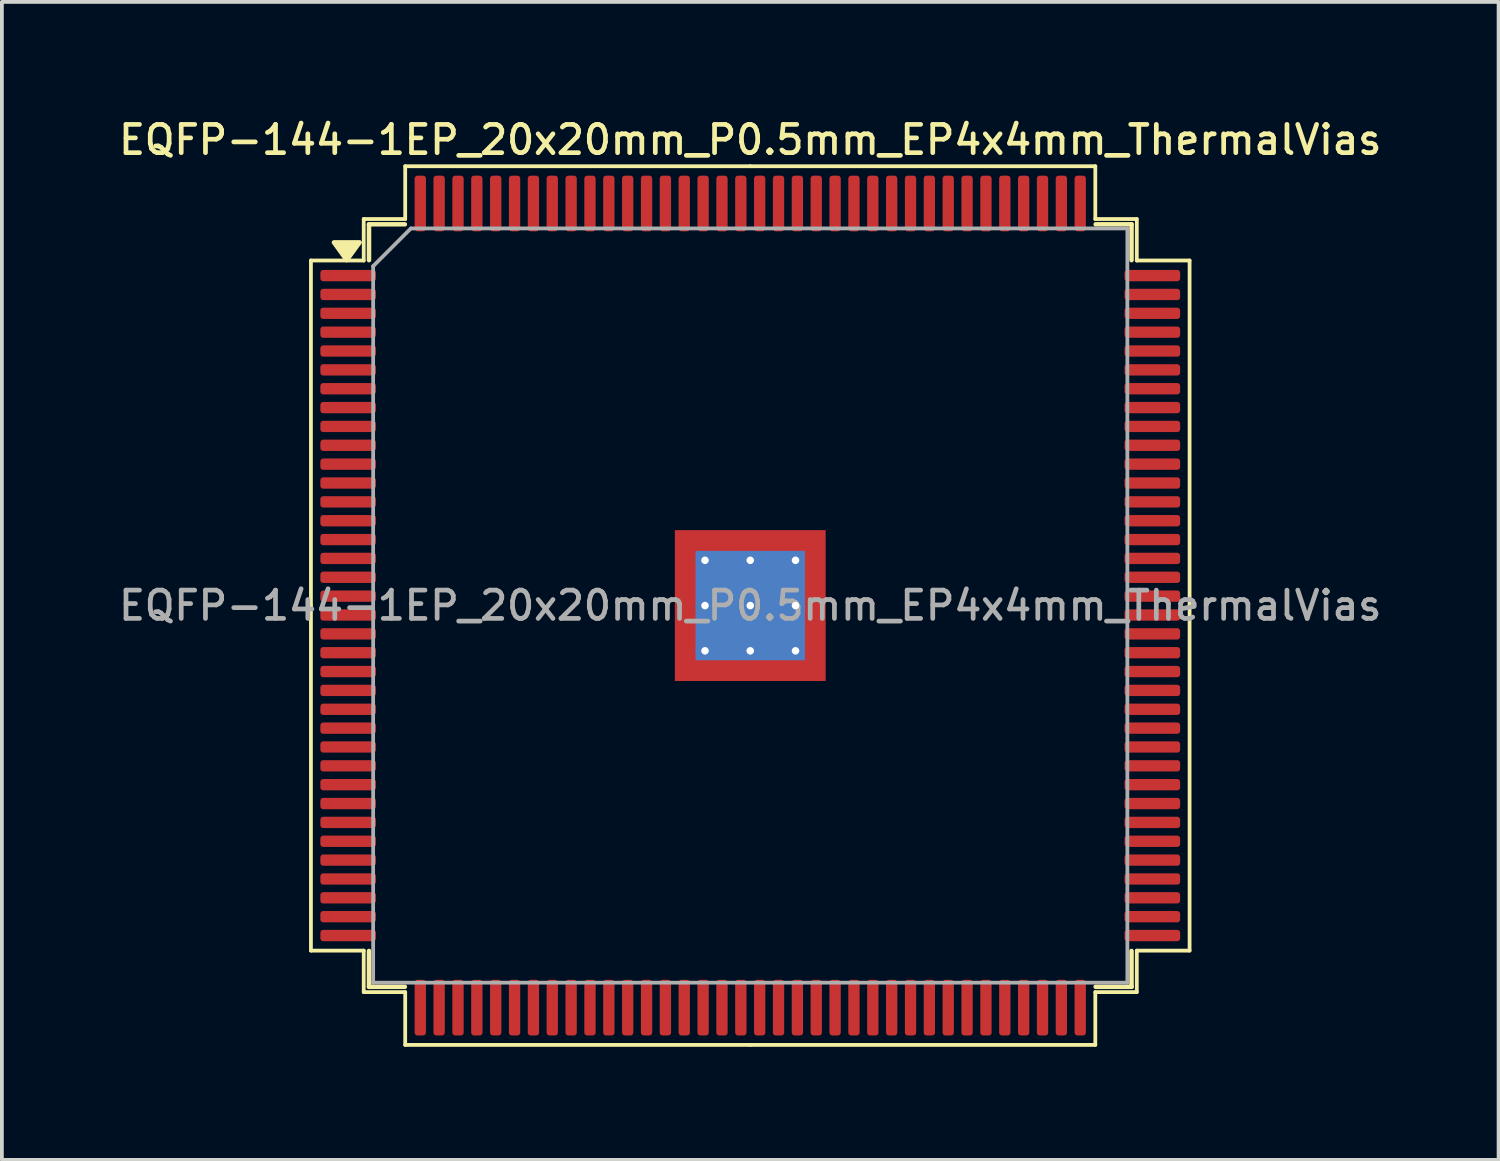
<source format=kicad_pcb>
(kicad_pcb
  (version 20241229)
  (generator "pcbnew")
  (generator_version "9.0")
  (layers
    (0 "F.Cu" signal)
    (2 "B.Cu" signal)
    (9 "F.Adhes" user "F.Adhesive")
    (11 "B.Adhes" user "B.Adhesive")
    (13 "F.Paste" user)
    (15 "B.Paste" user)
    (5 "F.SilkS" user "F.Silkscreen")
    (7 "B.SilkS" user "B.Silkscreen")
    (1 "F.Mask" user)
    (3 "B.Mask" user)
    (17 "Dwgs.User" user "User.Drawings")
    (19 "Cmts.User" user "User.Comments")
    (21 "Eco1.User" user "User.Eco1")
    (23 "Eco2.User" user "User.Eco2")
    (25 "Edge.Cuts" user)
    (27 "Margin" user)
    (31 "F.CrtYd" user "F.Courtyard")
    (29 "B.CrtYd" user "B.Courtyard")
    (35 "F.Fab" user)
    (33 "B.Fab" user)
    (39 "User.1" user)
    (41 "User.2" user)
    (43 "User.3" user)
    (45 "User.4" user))
  (footprint "EQFP-144-1EP_20x20mm_P0.5mm_EP4x4mm_ThermalVias"
    (layer "F.Cu")
    (at 16.845 13.008)
    (property "Reference" "EQFP-144-1EP_20x20mm_P0.5mm_EP4x4mm_ThermalVias" (at 0 -12.35 0) (layer "F.SilkS") (effects (font (size 0.75 0.75) (thickness 0.125))))
    (attr smd)
    (fp_line (start -11.65 -9.15) (end -11.65 0) (stroke (width 0.1) (type solid)) (layer "F.SilkS"))
    (fp_line (start -11.65 9.15) (end -11.65 0) (stroke (width 0.1) (type solid)) (layer "F.SilkS"))
    (fp_line (start -10.25 -10.25) (end -10.25 -9.15) (stroke (width 0.1) (type solid)) (layer "F.SilkS"))
    (fp_line (start -10.25 -9.15) (end -11.65 -9.15) (stroke (width 0.1) (type solid)) (layer "F.SilkS"))
    (fp_line (start -10.25 9.15) (end -11.65 9.15) (stroke (width 0.1) (type solid)) (layer "F.SilkS"))
    (fp_line (start -10.25 10.25) (end -10.25 9.15) (stroke (width 0.1) (type solid)) (layer "F.SilkS"))
    (fp_line (start -10.11 -10.11) (end -10.11 -9.16) (stroke (width 0.12) (type solid)) (layer "F.SilkS"))
    (fp_line (start -10.11 10.11) (end -10.11 9.16) (stroke (width 0.12) (type solid)) (layer "F.SilkS"))
    (fp_line (start -9.16 -10.11) (end -10.11 -10.11) (stroke (width 0.12) (type solid)) (layer "F.SilkS"))
    (fp_line (start -9.16 10.11) (end -10.11 10.11) (stroke (width 0.12) (type solid)) (layer "F.SilkS"))
    (fp_line (start -9.15 -11.65) (end -9.15 -10.25) (stroke (width 0.1) (type solid)) (layer "F.SilkS"))
    (fp_line (start -9.15 -10.25) (end -10.25 -10.25) (stroke (width 0.1) (type solid)) (layer "F.SilkS"))
    (fp_line (start -9.15 10.25) (end -10.25 10.25) (stroke (width 0.1) (type solid)) (layer "F.SilkS"))
    (fp_line (start -9.15 11.65) (end -9.15 10.25) (stroke (width 0.1) (type solid)) (layer "F.SilkS"))
    (fp_line (start 0 -11.65) (end -9.15 -11.65) (stroke (width 0.1) (type solid)) (layer "F.SilkS"))
    (fp_line (start 0 -11.65) (end 9.15 -11.65) (stroke (width 0.1) (type solid)) (layer "F.SilkS"))
    (fp_line (start 0 11.65) (end -9.15 11.65) (stroke (width 0.1) (type solid)) (layer "F.SilkS"))
    (fp_line (start 0 11.65) (end 9.15 11.65) (stroke (width 0.1) (type solid)) (layer "F.SilkS"))
    (fp_line (start 9.15 -11.65) (end 9.15 -10.25) (stroke (width 0.1) (type solid)) (layer "F.SilkS"))
    (fp_line (start 9.15 -10.25) (end 10.25 -10.25) (stroke (width 0.1) (type solid)) (layer "F.SilkS"))
    (fp_line (start 9.15 10.25) (end 10.25 10.25) (stroke (width 0.1) (type solid)) (layer "F.SilkS"))
    (fp_line (start 9.15 11.65) (end 9.15 10.25) (stroke (width 0.1) (type solid)) (layer "F.SilkS"))
    (fp_line (start 9.16 -10.11) (end 10.11 -10.11) (stroke (width 0.12) (type solid)) (layer "F.SilkS"))
    (fp_line (start 9.16 10.11) (end 10.11 10.11) (stroke (width 0.12) (type solid)) (layer "F.SilkS"))
    (fp_line (start 10.11 -10.11) (end 10.11 -9.16) (stroke (width 0.12) (type solid)) (layer "F.SilkS"))
    (fp_line (start 10.11 10.11) (end 10.11 9.16) (stroke (width 0.12) (type solid)) (layer "F.SilkS"))
    (fp_line (start 10.25 -10.25) (end 10.25 -9.15) (stroke (width 0.1) (type solid)) (layer "F.SilkS"))
    (fp_line (start 10.25 -9.15) (end 11.65 -9.15) (stroke (width 0.1) (type solid)) (layer "F.SilkS"))
    (fp_line (start 10.25 9.15) (end 11.65 9.15) (stroke (width 0.1) (type solid)) (layer "F.SilkS"))
    (fp_line (start 10.25 10.25) (end 10.25 9.15) (stroke (width 0.1) (type solid)) (layer "F.SilkS"))
    (fp_line (start 11.65 -9.15) (end 11.65 0) (stroke (width 0.1) (type solid)) (layer "F.SilkS"))
    (fp_line (start 11.65 9.15) (end 11.65 0) (stroke (width 0.1) (type solid)) (layer "F.SilkS"))
    (fp_poly (pts (xy -10.7 -9.16) (xy -11.04 -9.63) (xy -10.36 -9.63) (xy -10.7 -9.16)) (stroke (width 0.12) (type solid)) (fill yes) (layer "F.SilkS"))
    (fp_line (start -10 -9) (end -9 -10) (stroke (width 0.1) (type solid)) (layer "F.Fab"))
    (fp_line (start -10 10) (end -10 -9) (stroke (width 0.1) (type solid)) (layer "F.Fab"))
    (fp_line (start -9 -10) (end 10 -10) (stroke (width 0.1) (type solid)) (layer "F.Fab"))
    (fp_line (start 10 -10) (end 10 10) (stroke (width 0.1) (type solid)) (layer "F.Fab"))
    (fp_line (start 10 10) (end -10 10) (stroke (width 0.1) (type solid)) (layer "F.Fab"))
    (fp_text user "${REFERENCE}" (at 0 0 0) (layer "F.Fab") (effects (font (size 0.75 0.75) (thickness 0.125))))
    (pad "" smd custom (at -1.6 -1.6) (size 0.555 0.555) (layers "F.Paste") (options (anchor circle)) (primitives (gr_poly (pts (xy -0.232 -0.232) (xy 0.232 -0.232) (xy 0.232 0.157) (xy 0.157 0.232) (xy -0.232 0.232)) (width 0.181) (fill yes))))
    (pad "" smd roundrect (at -1.6 -0.6) (size 0.645 0.967) (layers "F.Paste") (roundrect_rratio 0.25))
    (pad "" smd roundrect (at -1.6 0.6) (size 0.645 0.967) (layers "F.Paste") (roundrect_rratio 0.25))
    (pad "" smd custom (at -1.6 1.6) (size 0.555 0.555) (layers "F.Paste") (options (anchor circle)) (primitives (gr_poly (pts (xy -0.232 -0.232) (xy 0.157 -0.232) (xy 0.232 -0.157) (xy 0.232 0.232) (xy -0.232 0.232)) (width 0.181) (fill yes))))
    (pad "" smd roundrect (at -0.6 -1.6) (size 0.967 0.645) (layers "F.Paste") (roundrect_rratio 0.25))
    (pad "" smd roundrect (at -0.6 -0.6) (size 0.967 0.967) (layers "F.Paste") (roundrect_rratio 0.25))
    (pad "" smd roundrect (at -0.6 0.6) (size 0.967 0.967) (layers "F.Paste") (roundrect_rratio 0.25))
    (pad "" smd roundrect (at -0.6 1.6) (size 0.967 0.645) (layers "F.Paste") (roundrect_rratio 0.25))
    (pad "" smd roundrect (at 0.6 -1.6) (size 0.967 0.645) (layers "F.Paste") (roundrect_rratio 0.25))
    (pad "" smd roundrect (at 0.6 -0.6) (size 0.967 0.967) (layers "F.Paste") (roundrect_rratio 0.25))
    (pad "" smd roundrect (at 0.6 0.6) (size 0.967 0.967) (layers "F.Paste") (roundrect_rratio 0.25))
    (pad "" smd roundrect (at 0.6 1.6) (size 0.967 0.645) (layers "F.Paste") (roundrect_rratio 0.25))
    (pad "" smd custom (at 1.6 -1.6) (size 0.555 0.555) (layers "F.Paste") (options (anchor circle)) (primitives (gr_poly (pts (xy -0.232 -0.232) (xy 0.232 -0.232) (xy 0.232 0.232) (xy -0.157 0.232) (xy -0.232 0.157)) (width 0.181) (fill yes))))
    (pad "" smd roundrect (at 1.6 -0.6) (size 0.645 0.967) (layers "F.Paste") (roundrect_rratio 0.25))
    (pad "" smd roundrect (at 1.6 0.6) (size 0.645 0.967) (layers "F.Paste") (roundrect_rratio 0.25))
    (pad "" smd custom (at 1.6 1.6) (size 0.555 0.555) (layers "F.Paste") (options (anchor circle)) (primitives (gr_poly (pts (xy -0.232 -0.157) (xy -0.157 -0.232) (xy 0.232 -0.232) (xy 0.232 0.232) (xy -0.232 0.232)) (width 0.181) (fill yes))))
    (pad "1" smd roundrect (at -10.662 -8.75) (size 1.475 0.3) (layers "F.Cu" "F.Mask" "F.Paste") (roundrect_rratio 0.25))
    (pad "2" smd roundrect (at -10.662 -8.25) (size 1.475 0.3) (layers "F.Cu" "F.Mask" "F.Paste") (roundrect_rratio 0.25))
    (pad "3" smd roundrect (at -10.662 -7.75) (size 1.475 0.3) (layers "F.Cu" "F.Mask" "F.Paste") (roundrect_rratio 0.25))
    (pad "4" smd roundrect (at -10.662 -7.25) (size 1.475 0.3) (layers "F.Cu" "F.Mask" "F.Paste") (roundrect_rratio 0.25))
    (pad "5" smd roundrect (at -10.662 -6.75) (size 1.475 0.3) (layers "F.Cu" "F.Mask" "F.Paste") (roundrect_rratio 0.25))
    (pad "6" smd roundrect (at -10.662 -6.25) (size 1.475 0.3) (layers "F.Cu" "F.Mask" "F.Paste") (roundrect_rratio 0.25))
    (pad "7" smd roundrect (at -10.662 -5.75) (size 1.475 0.3) (layers "F.Cu" "F.Mask" "F.Paste") (roundrect_rratio 0.25))
    (pad "8" smd roundrect (at -10.662 -5.25) (size 1.475 0.3) (layers "F.Cu" "F.Mask" "F.Paste") (roundrect_rratio 0.25))
    (pad "9" smd roundrect (at -10.662 -4.75) (size 1.475 0.3) (layers "F.Cu" "F.Mask" "F.Paste") (roundrect_rratio 0.25))
    (pad "10" smd roundrect (at -10.662 -4.25) (size 1.475 0.3) (layers "F.Cu" "F.Mask" "F.Paste") (roundrect_rratio 0.25))
    (pad "11" smd roundrect (at -10.662 -3.75) (size 1.475 0.3) (layers "F.Cu" "F.Mask" "F.Paste") (roundrect_rratio 0.25))
    (pad "12" smd roundrect (at -10.662 -3.25) (size 1.475 0.3) (layers "F.Cu" "F.Mask" "F.Paste") (roundrect_rratio 0.25))
    (pad "13" smd roundrect (at -10.662 -2.75) (size 1.475 0.3) (layers "F.Cu" "F.Mask" "F.Paste") (roundrect_rratio 0.25))
    (pad "14" smd roundrect (at -10.662 -2.25) (size 1.475 0.3) (layers "F.Cu" "F.Mask" "F.Paste") (roundrect_rratio 0.25))
    (pad "15" smd roundrect (at -10.662 -1.75) (size 1.475 0.3) (layers "F.Cu" "F.Mask" "F.Paste") (roundrect_rratio 0.25))
    (pad "16" smd roundrect (at -10.662 -1.25) (size 1.475 0.3) (layers "F.Cu" "F.Mask" "F.Paste") (roundrect_rratio 0.25))
    (pad "17" smd roundrect (at -10.662 -0.75) (size 1.475 0.3) (layers "F.Cu" "F.Mask" "F.Paste") (roundrect_rratio 0.25))
    (pad "18" smd roundrect (at -10.662 -0.25) (size 1.475 0.3) (layers "F.Cu" "F.Mask" "F.Paste") (roundrect_rratio 0.25))
    (pad "19" smd roundrect (at -10.662 0.25) (size 1.475 0.3) (layers "F.Cu" "F.Mask" "F.Paste") (roundrect_rratio 0.25))
    (pad "20" smd roundrect (at -10.662 0.75) (size 1.475 0.3) (layers "F.Cu" "F.Mask" "F.Paste") (roundrect_rratio 0.25))
    (pad "21" smd roundrect (at -10.662 1.25) (size 1.475 0.3) (layers "F.Cu" "F.Mask" "F.Paste") (roundrect_rratio 0.25))
    (pad "22" smd roundrect (at -10.662 1.75) (size 1.475 0.3) (layers "F.Cu" "F.Mask" "F.Paste") (roundrect_rratio 0.25))
    (pad "23" smd roundrect (at -10.662 2.25) (size 1.475 0.3) (layers "F.Cu" "F.Mask" "F.Paste") (roundrect_rratio 0.25))
    (pad "24" smd roundrect (at -10.662 2.75) (size 1.475 0.3) (layers "F.Cu" "F.Mask" "F.Paste") (roundrect_rratio 0.25))
    (pad "25" smd roundrect (at -10.662 3.25) (size 1.475 0.3) (layers "F.Cu" "F.Mask" "F.Paste") (roundrect_rratio 0.25))
    (pad "26" smd roundrect (at -10.662 3.75) (size 1.475 0.3) (layers "F.Cu" "F.Mask" "F.Paste") (roundrect_rratio 0.25))
    (pad "27" smd roundrect (at -10.662 4.25) (size 1.475 0.3) (layers "F.Cu" "F.Mask" "F.Paste") (roundrect_rratio 0.25))
    (pad "28" smd roundrect (at -10.662 4.75) (size 1.475 0.3) (layers "F.Cu" "F.Mask" "F.Paste") (roundrect_rratio 0.25))
    (pad "29" smd roundrect (at -10.662 5.25) (size 1.475 0.3) (layers "F.Cu" "F.Mask" "F.Paste") (roundrect_rratio 0.25))
    (pad "30" smd roundrect (at -10.662 5.75) (size 1.475 0.3) (layers "F.Cu" "F.Mask" "F.Paste") (roundrect_rratio 0.25))
    (pad "31" smd roundrect (at -10.662 6.25) (size 1.475 0.3) (layers "F.Cu" "F.Mask" "F.Paste") (roundrect_rratio 0.25))
    (pad "32" smd roundrect (at -10.662 6.75) (size 1.475 0.3) (layers "F.Cu" "F.Mask" "F.Paste") (roundrect_rratio 0.25))
    (pad "33" smd roundrect (at -10.662 7.25) (size 1.475 0.3) (layers "F.Cu" "F.Mask" "F.Paste") (roundrect_rratio 0.25))
    (pad "34" smd roundrect (at -10.662 7.75) (size 1.475 0.3) (layers "F.Cu" "F.Mask" "F.Paste") (roundrect_rratio 0.25))
    (pad "35" smd roundrect (at -10.662 8.25) (size 1.475 0.3) (layers "F.Cu" "F.Mask" "F.Paste") (roundrect_rratio 0.25))
    (pad "36" smd roundrect (at -10.662 8.75) (size 1.475 0.3) (layers "F.Cu" "F.Mask" "F.Paste") (roundrect_rratio 0.25))
    (pad "37" smd roundrect (at -8.75 10.662) (size 0.3 1.475) (layers "F.Cu" "F.Mask" "F.Paste") (roundrect_rratio 0.25))
    (pad "38" smd roundrect (at -8.25 10.662) (size 0.3 1.475) (layers "F.Cu" "F.Mask" "F.Paste") (roundrect_rratio 0.25))
    (pad "39" smd roundrect (at -7.75 10.662) (size 0.3 1.475) (layers "F.Cu" "F.Mask" "F.Paste") (roundrect_rratio 0.25))
    (pad "40" smd roundrect (at -7.25 10.662) (size 0.3 1.475) (layers "F.Cu" "F.Mask" "F.Paste") (roundrect_rratio 0.25))
    (pad "41" smd roundrect (at -6.75 10.662) (size 0.3 1.475) (layers "F.Cu" "F.Mask" "F.Paste") (roundrect_rratio 0.25))
    (pad "42" smd roundrect (at -6.25 10.662) (size 0.3 1.475) (layers "F.Cu" "F.Mask" "F.Paste") (roundrect_rratio 0.25))
    (pad "43" smd roundrect (at -5.75 10.662) (size 0.3 1.475) (layers "F.Cu" "F.Mask" "F.Paste") (roundrect_rratio 0.25))
    (pad "44" smd roundrect (at -5.25 10.662) (size 0.3 1.475) (layers "F.Cu" "F.Mask" "F.Paste") (roundrect_rratio 0.25))
    (pad "45" smd roundrect (at -4.75 10.662) (size 0.3 1.475) (layers "F.Cu" "F.Mask" "F.Paste") (roundrect_rratio 0.25))
    (pad "46" smd roundrect (at -4.25 10.662) (size 0.3 1.475) (layers "F.Cu" "F.Mask" "F.Paste") (roundrect_rratio 0.25))
    (pad "47" smd roundrect (at -3.75 10.662) (size 0.3 1.475) (layers "F.Cu" "F.Mask" "F.Paste") (roundrect_rratio 0.25))
    (pad "48" smd roundrect (at -3.25 10.662) (size 0.3 1.475) (layers "F.Cu" "F.Mask" "F.Paste") (roundrect_rratio 0.25))
    (pad "49" smd roundrect (at -2.75 10.662) (size 0.3 1.475) (layers "F.Cu" "F.Mask" "F.Paste") (roundrect_rratio 0.25))
    (pad "50" smd roundrect (at -2.25 10.662) (size 0.3 1.475) (layers "F.Cu" "F.Mask" "F.Paste") (roundrect_rratio 0.25))
    (pad "51" smd roundrect (at -1.75 10.662) (size 0.3 1.475) (layers "F.Cu" "F.Mask" "F.Paste") (roundrect_rratio 0.25))
    (pad "52" smd roundrect (at -1.25 10.662) (size 0.3 1.475) (layers "F.Cu" "F.Mask" "F.Paste") (roundrect_rratio 0.25))
    (pad "53" smd roundrect (at -0.75 10.662) (size 0.3 1.475) (layers "F.Cu" "F.Mask" "F.Paste") (roundrect_rratio 0.25))
    (pad "54" smd roundrect (at -0.25 10.662) (size 0.3 1.475) (layers "F.Cu" "F.Mask" "F.Paste") (roundrect_rratio 0.25))
    (pad "55" smd roundrect (at 0.25 10.662) (size 0.3 1.475) (layers "F.Cu" "F.Mask" "F.Paste") (roundrect_rratio 0.25))
    (pad "56" smd roundrect (at 0.75 10.662) (size 0.3 1.475) (layers "F.Cu" "F.Mask" "F.Paste") (roundrect_rratio 0.25))
    (pad "57" smd roundrect (at 1.25 10.662) (size 0.3 1.475) (layers "F.Cu" "F.Mask" "F.Paste") (roundrect_rratio 0.25))
    (pad "58" smd roundrect (at 1.75 10.662) (size 0.3 1.475) (layers "F.Cu" "F.Mask" "F.Paste") (roundrect_rratio 0.25))
    (pad "59" smd roundrect (at 2.25 10.662) (size 0.3 1.475) (layers "F.Cu" "F.Mask" "F.Paste") (roundrect_rratio 0.25))
    (pad "60" smd roundrect (at 2.75 10.662) (size 0.3 1.475) (layers "F.Cu" "F.Mask" "F.Paste") (roundrect_rratio 0.25))
    (pad "61" smd roundrect (at 3.25 10.662) (size 0.3 1.475) (layers "F.Cu" "F.Mask" "F.Paste") (roundrect_rratio 0.25))
    (pad "62" smd roundrect (at 3.75 10.662) (size 0.3 1.475) (layers "F.Cu" "F.Mask" "F.Paste") (roundrect_rratio 0.25))
    (pad "63" smd roundrect (at 4.25 10.662) (size 0.3 1.475) (layers "F.Cu" "F.Mask" "F.Paste") (roundrect_rratio 0.25))
    (pad "64" smd roundrect (at 4.75 10.662) (size 0.3 1.475) (layers "F.Cu" "F.Mask" "F.Paste") (roundrect_rratio 0.25))
    (pad "65" smd roundrect (at 5.25 10.662) (size 0.3 1.475) (layers "F.Cu" "F.Mask" "F.Paste") (roundrect_rratio 0.25))
    (pad "66" smd roundrect (at 5.75 10.662) (size 0.3 1.475) (layers "F.Cu" "F.Mask" "F.Paste") (roundrect_rratio 0.25))
    (pad "67" smd roundrect (at 6.25 10.662) (size 0.3 1.475) (layers "F.Cu" "F.Mask" "F.Paste") (roundrect_rratio 0.25))
    (pad "68" smd roundrect (at 6.75 10.662) (size 0.3 1.475) (layers "F.Cu" "F.Mask" "F.Paste") (roundrect_rratio 0.25))
    (pad "69" smd roundrect (at 7.25 10.662) (size 0.3 1.475) (layers "F.Cu" "F.Mask" "F.Paste") (roundrect_rratio 0.25))
    (pad "70" smd roundrect (at 7.75 10.662) (size 0.3 1.475) (layers "F.Cu" "F.Mask" "F.Paste") (roundrect_rratio 0.25))
    (pad "71" smd roundrect (at 8.25 10.662) (size 0.3 1.475) (layers "F.Cu" "F.Mask" "F.Paste") (roundrect_rratio 0.25))
    (pad "72" smd roundrect (at 8.75 10.662) (size 0.3 1.475) (layers "F.Cu" "F.Mask" "F.Paste") (roundrect_rratio 0.25))
    (pad "73" smd roundrect (at 10.662 8.75) (size 1.475 0.3) (layers "F.Cu" "F.Mask" "F.Paste") (roundrect_rratio 0.25))
    (pad "74" smd roundrect (at 10.662 8.25) (size 1.475 0.3) (layers "F.Cu" "F.Mask" "F.Paste") (roundrect_rratio 0.25))
    (pad "75" smd roundrect (at 10.662 7.75) (size 1.475 0.3) (layers "F.Cu" "F.Mask" "F.Paste") (roundrect_rratio 0.25))
    (pad "76" smd roundrect (at 10.662 7.25) (size 1.475 0.3) (layers "F.Cu" "F.Mask" "F.Paste") (roundrect_rratio 0.25))
    (pad "77" smd roundrect (at 10.662 6.75) (size 1.475 0.3) (layers "F.Cu" "F.Mask" "F.Paste") (roundrect_rratio 0.25))
    (pad "78" smd roundrect (at 10.662 6.25) (size 1.475 0.3) (layers "F.Cu" "F.Mask" "F.Paste") (roundrect_rratio 0.25))
    (pad "79" smd roundrect (at 10.662 5.75) (size 1.475 0.3) (layers "F.Cu" "F.Mask" "F.Paste") (roundrect_rratio 0.25))
    (pad "80" smd roundrect (at 10.662 5.25) (size 1.475 0.3) (layers "F.Cu" "F.Mask" "F.Paste") (roundrect_rratio 0.25))
    (pad "81" smd roundrect (at 10.662 4.75) (size 1.475 0.3) (layers "F.Cu" "F.Mask" "F.Paste") (roundrect_rratio 0.25))
    (pad "82" smd roundrect (at 10.662 4.25) (size 1.475 0.3) (layers "F.Cu" "F.Mask" "F.Paste") (roundrect_rratio 0.25))
    (pad "83" smd roundrect (at 10.662 3.75) (size 1.475 0.3) (layers "F.Cu" "F.Mask" "F.Paste") (roundrect_rratio 0.25))
    (pad "84" smd roundrect (at 10.662 3.25) (size 1.475 0.3) (layers "F.Cu" "F.Mask" "F.Paste") (roundrect_rratio 0.25))
    (pad "85" smd roundrect (at 10.662 2.75) (size 1.475 0.3) (layers "F.Cu" "F.Mask" "F.Paste") (roundrect_rratio 0.25))
    (pad "86" smd roundrect (at 10.662 2.25) (size 1.475 0.3) (layers "F.Cu" "F.Mask" "F.Paste") (roundrect_rratio 0.25))
    (pad "87" smd roundrect (at 10.662 1.75) (size 1.475 0.3) (layers "F.Cu" "F.Mask" "F.Paste") (roundrect_rratio 0.25))
    (pad "88" smd roundrect (at 10.662 1.25) (size 1.475 0.3) (layers "F.Cu" "F.Mask" "F.Paste") (roundrect_rratio 0.25))
    (pad "89" smd roundrect (at 10.662 0.75) (size 1.475 0.3) (layers "F.Cu" "F.Mask" "F.Paste") (roundrect_rratio 0.25))
    (pad "90" smd roundrect (at 10.662 0.25) (size 1.475 0.3) (layers "F.Cu" "F.Mask" "F.Paste") (roundrect_rratio 0.25))
    (pad "91" smd roundrect (at 10.662 -0.25) (size 1.475 0.3) (layers "F.Cu" "F.Mask" "F.Paste") (roundrect_rratio 0.25))
    (pad "92" smd roundrect (at 10.662 -0.75) (size 1.475 0.3) (layers "F.Cu" "F.Mask" "F.Paste") (roundrect_rratio 0.25))
    (pad "93" smd roundrect (at 10.662 -1.25) (size 1.475 0.3) (layers "F.Cu" "F.Mask" "F.Paste") (roundrect_rratio 0.25))
    (pad "94" smd roundrect (at 10.662 -1.75) (size 1.475 0.3) (layers "F.Cu" "F.Mask" "F.Paste") (roundrect_rratio 0.25))
    (pad "95" smd roundrect (at 10.662 -2.25) (size 1.475 0.3) (layers "F.Cu" "F.Mask" "F.Paste") (roundrect_rratio 0.25))
    (pad "96" smd roundrect (at 10.662 -2.75) (size 1.475 0.3) (layers "F.Cu" "F.Mask" "F.Paste") (roundrect_rratio 0.25))
    (pad "97" smd roundrect (at 10.662 -3.25) (size 1.475 0.3) (layers "F.Cu" "F.Mask" "F.Paste") (roundrect_rratio 0.25))
    (pad "98" smd roundrect (at 10.662 -3.75) (size 1.475 0.3) (layers "F.Cu" "F.Mask" "F.Paste") (roundrect_rratio 0.25))
    (pad "99" smd roundrect (at 10.662 -4.25) (size 1.475 0.3) (layers "F.Cu" "F.Mask" "F.Paste") (roundrect_rratio 0.25))
    (pad "100" smd roundrect (at 10.662 -4.75) (size 1.475 0.3) (layers "F.Cu" "F.Mask" "F.Paste") (roundrect_rratio 0.25))
    (pad "101" smd roundrect (at 10.662 -5.25) (size 1.475 0.3) (layers "F.Cu" "F.Mask" "F.Paste") (roundrect_rratio 0.25))
    (pad "102" smd roundrect (at 10.662 -5.75) (size 1.475 0.3) (layers "F.Cu" "F.Mask" "F.Paste") (roundrect_rratio 0.25))
    (pad "103" smd roundrect (at 10.662 -6.25) (size 1.475 0.3) (layers "F.Cu" "F.Mask" "F.Paste") (roundrect_rratio 0.25))
    (pad "104" smd roundrect (at 10.662 -6.75) (size 1.475 0.3) (layers "F.Cu" "F.Mask" "F.Paste") (roundrect_rratio 0.25))
    (pad "105" smd roundrect (at 10.662 -7.25) (size 1.475 0.3) (layers "F.Cu" "F.Mask" "F.Paste") (roundrect_rratio 0.25))
    (pad "106" smd roundrect (at 10.662 -7.75) (size 1.475 0.3) (layers "F.Cu" "F.Mask" "F.Paste") (roundrect_rratio 0.25))
    (pad "107" smd roundrect (at 10.662 -8.25) (size 1.475 0.3) (layers "F.Cu" "F.Mask" "F.Paste") (roundrect_rratio 0.25))
    (pad "108" smd roundrect (at 10.662 -8.75) (size 1.475 0.3) (layers "F.Cu" "F.Mask" "F.Paste") (roundrect_rratio 0.25))
    (pad "109" smd roundrect (at 8.75 -10.662) (size 0.3 1.475) (layers "F.Cu" "F.Mask" "F.Paste") (roundrect_rratio 0.25))
    (pad "110" smd roundrect (at 8.25 -10.662) (size 0.3 1.475) (layers "F.Cu" "F.Mask" "F.Paste") (roundrect_rratio 0.25))
    (pad "111" smd roundrect (at 7.75 -10.662) (size 0.3 1.475) (layers "F.Cu" "F.Mask" "F.Paste") (roundrect_rratio 0.25))
    (pad "112" smd roundrect (at 7.25 -10.662) (size 0.3 1.475) (layers "F.Cu" "F.Mask" "F.Paste") (roundrect_rratio 0.25))
    (pad "113" smd roundrect (at 6.75 -10.662) (size 0.3 1.475) (layers "F.Cu" "F.Mask" "F.Paste") (roundrect_rratio 0.25))
    (pad "114" smd roundrect (at 6.25 -10.662) (size 0.3 1.475) (layers "F.Cu" "F.Mask" "F.Paste") (roundrect_rratio 0.25))
    (pad "115" smd roundrect (at 5.75 -10.662) (size 0.3 1.475) (layers "F.Cu" "F.Mask" "F.Paste") (roundrect_rratio 0.25))
    (pad "116" smd roundrect (at 5.25 -10.662) (size 0.3 1.475) (layers "F.Cu" "F.Mask" "F.Paste") (roundrect_rratio 0.25))
    (pad "117" smd roundrect (at 4.75 -10.662) (size 0.3 1.475) (layers "F.Cu" "F.Mask" "F.Paste") (roundrect_rratio 0.25))
    (pad "118" smd roundrect (at 4.25 -10.662) (size 0.3 1.475) (layers "F.Cu" "F.Mask" "F.Paste") (roundrect_rratio 0.25))
    (pad "119" smd roundrect (at 3.75 -10.662) (size 0.3 1.475) (layers "F.Cu" "F.Mask" "F.Paste") (roundrect_rratio 0.25))
    (pad "120" smd roundrect (at 3.25 -10.662) (size 0.3 1.475) (layers "F.Cu" "F.Mask" "F.Paste") (roundrect_rratio 0.25))
    (pad "121" smd roundrect (at 2.75 -10.662) (size 0.3 1.475) (layers "F.Cu" "F.Mask" "F.Paste") (roundrect_rratio 0.25))
    (pad "122" smd roundrect (at 2.25 -10.662) (size 0.3 1.475) (layers "F.Cu" "F.Mask" "F.Paste") (roundrect_rratio 0.25))
    (pad "123" smd roundrect (at 1.75 -10.662) (size 0.3 1.475) (layers "F.Cu" "F.Mask" "F.Paste") (roundrect_rratio 0.25))
    (pad "124" smd roundrect (at 1.25 -10.662) (size 0.3 1.475) (layers "F.Cu" "F.Mask" "F.Paste") (roundrect_rratio 0.25))
    (pad "125" smd roundrect (at 0.75 -10.662) (size 0.3 1.475) (layers "F.Cu" "F.Mask" "F.Paste") (roundrect_rratio 0.25))
    (pad "126" smd roundrect (at 0.25 -10.662) (size 0.3 1.475) (layers "F.Cu" "F.Mask" "F.Paste") (roundrect_rratio 0.25))
    (pad "127" smd roundrect (at -0.25 -10.662) (size 0.3 1.475) (layers "F.Cu" "F.Mask" "F.Paste") (roundrect_rratio 0.25))
    (pad "128" smd roundrect (at -0.75 -10.662) (size 0.3 1.475) (layers "F.Cu" "F.Mask" "F.Paste") (roundrect_rratio 0.25))
    (pad "129" smd roundrect (at -1.25 -10.662) (size 0.3 1.475) (layers "F.Cu" "F.Mask" "F.Paste") (roundrect_rratio 0.25))
    (pad "130" smd roundrect (at -1.75 -10.662) (size 0.3 1.475) (layers "F.Cu" "F.Mask" "F.Paste") (roundrect_rratio 0.25))
    (pad "131" smd roundrect (at -2.25 -10.662) (size 0.3 1.475) (layers "F.Cu" "F.Mask" "F.Paste") (roundrect_rratio 0.25))
    (pad "132" smd roundrect (at -2.75 -10.662) (size 0.3 1.475) (layers "F.Cu" "F.Mask" "F.Paste") (roundrect_rratio 0.25))
    (pad "133" smd roundrect (at -3.25 -10.662) (size 0.3 1.475) (layers "F.Cu" "F.Mask" "F.Paste") (roundrect_rratio 0.25))
    (pad "134" smd roundrect (at -3.75 -10.662) (size 0.3 1.475) (layers "F.Cu" "F.Mask" "F.Paste") (roundrect_rratio 0.25))
    (pad "135" smd roundrect (at -4.25 -10.662) (size 0.3 1.475) (layers "F.Cu" "F.Mask" "F.Paste") (roundrect_rratio 0.25))
    (pad "136" smd roundrect (at -4.75 -10.662) (size 0.3 1.475) (layers "F.Cu" "F.Mask" "F.Paste") (roundrect_rratio 0.25))
    (pad "137" smd roundrect (at -5.25 -10.662) (size 0.3 1.475) (layers "F.Cu" "F.Mask" "F.Paste") (roundrect_rratio 0.25))
    (pad "138" smd roundrect (at -5.75 -10.662) (size 0.3 1.475) (layers "F.Cu" "F.Mask" "F.Paste") (roundrect_rratio 0.25))
    (pad "139" smd roundrect (at -6.25 -10.662) (size 0.3 1.475) (layers "F.Cu" "F.Mask" "F.Paste") (roundrect_rratio 0.25))
    (pad "140" smd roundrect (at -6.75 -10.662) (size 0.3 1.475) (layers "F.Cu" "F.Mask" "F.Paste") (roundrect_rratio 0.25))
    (pad "141" smd roundrect (at -7.25 -10.662) (size 0.3 1.475) (layers "F.Cu" "F.Mask" "F.Paste") (roundrect_rratio 0.25))
    (pad "142" smd roundrect (at -7.75 -10.662) (size 0.3 1.475) (layers "F.Cu" "F.Mask" "F.Paste") (roundrect_rratio 0.25))
    (pad "143" smd roundrect (at -8.25 -10.662) (size 0.3 1.475) (layers "F.Cu" "F.Mask" "F.Paste") (roundrect_rratio 0.25))
    (pad "144" smd roundrect (at -8.75 -10.662) (size 0.3 1.475) (layers "F.Cu" "F.Mask" "F.Paste") (roundrect_rratio 0.25))
    (pad "145" thru_hole circle (at -1.2 -1.2) (size 0.5 0.5) (drill 0.2) (property pad_prop_heatsink) (layers "*.Cu"))
    (pad "145" thru_hole circle (at -1.2 0) (size 0.5 0.5) (drill 0.2) (property pad_prop_heatsink) (layers "*.Cu"))
    (pad "145" thru_hole circle (at -1.2 1.2) (size 0.5 0.5) (drill 0.2) (property pad_prop_heatsink) (layers "*.Cu"))
    (pad "145" thru_hole circle (at 0 -1.2) (size 0.5 0.5) (drill 0.2) (property pad_prop_heatsink) (layers "*.Cu"))
    (pad "145" thru_hole circle (at 0 0) (size 0.5 0.5) (drill 0.2) (property pad_prop_heatsink) (layers "*.Cu"))
    (pad "145" smd rect (at 0 0) (size 2.9 2.9) (property pad_prop_heatsink) (layers "B.Cu"))
    (pad "145" smd rect (at 0 0) (size 4 4) (property pad_prop_heatsink) (layers "F.Cu" "F.Mask"))
    (pad "145" thru_hole circle (at 0 1.2) (size 0.5 0.5) (drill 0.2) (property pad_prop_heatsink) (layers "*.Cu"))
    (pad "145" thru_hole circle (at 1.2 -1.2) (size 0.5 0.5) (drill 0.2) (property pad_prop_heatsink) (layers "*.Cu"))
    (pad "145" thru_hole circle (at 1.2 0) (size 0.5 0.5) (drill 0.2) (property pad_prop_heatsink) (layers "*.Cu"))
    (pad "145" thru_hole circle (at 1.2 1.2) (size 0.5 0.5) (drill 0.2) (property pad_prop_heatsink) (layers "*.Cu")))
  (gr_rect
    (start -3 -3)
    (end 36.689 27.708)
    (stroke (width 0.1) (type default))
    (fill no)
    (layer "Edge.Cuts")))
</source>
